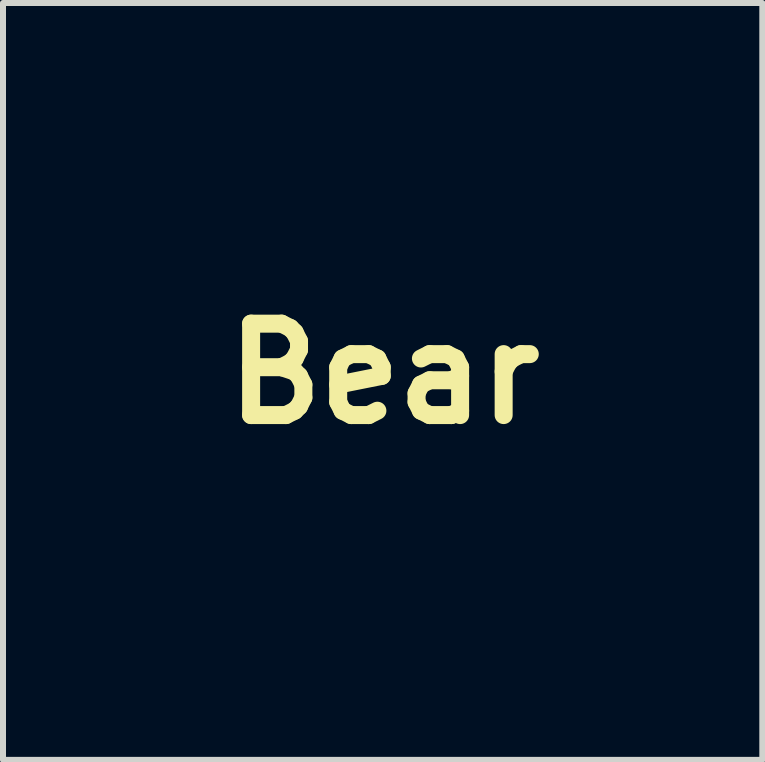
<source format=kicad_pcb>
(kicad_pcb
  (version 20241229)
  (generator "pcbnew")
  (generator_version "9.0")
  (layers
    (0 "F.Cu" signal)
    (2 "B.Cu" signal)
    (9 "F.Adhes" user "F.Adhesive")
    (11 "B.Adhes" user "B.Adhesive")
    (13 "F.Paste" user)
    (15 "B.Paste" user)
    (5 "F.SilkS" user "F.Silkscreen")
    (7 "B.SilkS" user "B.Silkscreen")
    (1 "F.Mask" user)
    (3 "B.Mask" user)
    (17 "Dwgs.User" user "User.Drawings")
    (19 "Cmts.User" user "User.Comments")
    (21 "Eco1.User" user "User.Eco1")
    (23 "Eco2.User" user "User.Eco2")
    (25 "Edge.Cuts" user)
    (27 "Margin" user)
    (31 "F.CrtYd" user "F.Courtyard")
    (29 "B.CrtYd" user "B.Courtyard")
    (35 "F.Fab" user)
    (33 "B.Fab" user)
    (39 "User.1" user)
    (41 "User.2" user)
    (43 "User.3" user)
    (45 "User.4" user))
  (footprint "Bear"
    (layer "F.Cu")
    (at 3.349 3.179)
    (property "Reference" "Bear" (at 0 0 0) (layer "F.SilkS") (effects (font (size 1.524 1.524) (thickness 0.3))))
    (attr through_hole)
    (fp_poly (pts (xy -2.794 -2.413) (xy -2.836 -2.371) (xy -2.879 -2.413) (xy -2.836 -2.455) (xy -2.794 -2.413)) (stroke (width 0.01) (type solid)) (fill yes) (layer "F.Mask"))
    (fp_poly (pts (xy -2.399 -2.512) (xy -2.389 -2.411) (xy -2.399 -2.399) (xy -2.449 -2.411) (xy -2.455 -2.455) (xy -2.424 -2.525) (xy -2.399 -2.512)) (stroke (width 0.01) (type solid)) (fill yes) (layer "F.Mask"))
    (fp_poly (pts (xy -3.146 -3.014) (xy -3.055 -2.929) (xy -3.074 -2.879) (xy -3.085 -2.879) (xy -3.157 -2.939) (xy -3.183 -2.976) (xy -3.193 -3.034) (xy -3.146 -3.014)) (stroke (width 0.01) (type solid)) (fill yes) (layer "F.Mask"))
    (fp_poly (pts (xy -3.061 -2.59) (xy -2.97 -2.505) (xy -2.989 -2.456) (xy -3.001 -2.455) (xy -3.072 -2.515) (xy -3.098 -2.553) (xy -3.108 -2.611) (xy -3.061 -2.59)) (stroke (width 0.01) (type solid)) (fill yes) (layer "F.Mask"))
    (fp_poly (pts (xy -2.782 -1.549) (xy -2.711 -1.484) (xy -2.636 -1.374) (xy -2.686 -1.375) (xy -2.792 -1.436) (xy -2.874 -1.525) (xy -2.867 -1.564) (xy -2.782 -1.549)) (stroke (width 0.01) (type solid)) (fill yes) (layer "F.Mask"))
    (fp_poly (pts (xy -3.221 -1.039) (xy -3.217 -1.016) (xy -3.246 -0.934) (xy -3.255 -0.931) (xy -3.327 -0.991) (xy -3.344 -1.016) (xy -3.338 -1.094) (xy -3.307 -1.101) (xy -3.221 -1.039)) (stroke (width 0.01) (type solid)) (fill yes) (layer "F.Mask"))
    (fp_poly (pts (xy -3.004 -2.767) (xy -2.942 -2.72) (xy -2.811 -2.597) (xy -2.811 -2.541) (xy -2.826 -2.54) (xy -2.897 -2.598) (xy -2.974 -2.688) (xy -3.047 -2.788) (xy -3.004 -2.767)) (stroke (width 0.01) (type solid)) (fill yes) (layer "F.Mask"))
    (fp_poly (pts (xy -2.541 -2.559) (xy -2.54 -2.54) (xy -2.605 -2.459) (xy -2.63 -2.455) (xy -2.68 -2.507) (xy -2.667 -2.54) (xy -2.591 -2.621) (xy -2.577 -2.625) (xy -2.541 -2.559)) (stroke (width 0.01) (type solid)) (fill yes) (layer "F.Mask"))
    (fp_poly (pts (xy 1.413 2.933) (xy 1.397 2.963) (xy 1.317 3.044) (xy 1.302 3.048) (xy 1.297 2.993) (xy 1.312 2.963) (xy 1.392 2.882) (xy 1.407 2.879) (xy 1.413 2.933)) (stroke (width 0.01) (type solid)) (fill yes) (layer "F.Mask"))
    (fp_poly (pts (xy -2.396 -1.458) (xy -2.41 -1.365) (xy -2.398 -1.207) (xy -2.326 -1.154) (xy -2.237 -1.146) (xy -2.241 -1.18) (xy -2.229 -1.288) (xy -2.203 -1.311) (xy -2.125 -1.322) (xy -2.129 -1.228) (xy -2.206 -1.068) (xy -2.286 -0.954) (xy -2.419 -0.673) (xy -2.45 -0.433) (xy -2.442 -0.247) (xy -2.418 -0.213) (xy -2.368 -0.317) (xy -2.368 -0.318) (xy -2.282 -0.464) (xy -2.216 -0.508) (xy -2.117 -0.56) (xy -1.936 -0.695) (xy -1.759 -0.844) (xy -1.378 -1.179) (xy -1.232 -0.856) (xy -1.117 -0.523) (xy -1.131 -0.283) (xy -1.283 -0.109) (xy -1.524 0.007) (xy -1.96 0.137) (xy -2.356 0.202) (xy -2.667 0.195) (xy -2.761 0.17) (xy -2.926 0.042) (xy -2.709 0.042) (xy -2.667 0.085) (xy -2.625 0.042) (xy -2.667 0) (xy -2.709 0.042) (xy -2.926 0.042) (xy -2.955 0.021) (xy -3.09 -0.254) (xy -3.103 -0.303) (xy -2.703 -0.303) (xy -2.687 -0.194) (xy -2.658 -0.192) (xy -2.638 -0.306) (xy -2.651 -0.355) (xy -2.689 -0.387) (xy -2.703 -0.303) (xy -3.103 -0.303) (xy -3.182 -0.6) (xy -3.184 -0.727) (xy -2.787 -0.727) (xy -2.772 -0.617) (xy -2.743 -0.616) (xy -2.723 -0.729) (xy -2.736 -0.778) (xy -2.774 -0.81) (xy -2.787 -0.727) (xy -3.184 -0.727) (xy -3.186 -0.851) (xy -3.153 -0.955) (xy -2.701 -0.955) (xy -2.616 -0.973) (xy -2.6 -0.979) (xy -2.496 -1.046) (xy -2.495 -1.084) (xy -2.585 -1.075) (xy -2.647 -1.027) (xy -2.701 -0.955) (xy -3.153 -0.955) (xy -3.146 -0.977) (xy -3.098 -1.143) (xy -3.164 -1.243) (xy -3.199 -1.265) (xy -3.286 -1.328) (xy -3.223 -1.35) (xy -3.149 -1.352) (xy -3.018 -1.326) (xy -3.002 -1.276) (xy -2.991 -1.167) (xy -2.965 -1.144) (xy -2.886 -1.154) (xy -2.879 -1.189) (xy -2.817 -1.249) (xy -2.744 -1.236) (xy -2.615 -1.253) (xy -2.565 -1.354) (xy -2.495 -1.492) (xy -2.44 -1.524) (xy -2.396 -1.458)) (stroke (width 0.01) (type solid)) (fill yes) (layer "F.Mask"))
    (fp_poly (pts (xy -1.508 -3.139) (xy -1.407 -3.1) (xy -1.202 -2.996) (xy -1.072 -2.899) (xy -1.064 -2.887) (xy -0.942 -2.801) (xy -0.905 -2.797) (xy -0.882 -2.831) (xy -0.953 -2.885) (xy -1.081 -3.002) (xy -1.078 -3.099) (xy -0.966 -3.133) (xy -0.837 -3.062) (xy -0.787 -2.963) (xy -0.701 -2.826) (xy -0.625 -2.794) (xy -0.526 -2.736) (xy -0.519 -2.614) (xy -0.601 -2.503) (xy -0.635 -2.486) (xy -0.758 -2.406) (xy -0.737 -2.342) (xy -0.598 -2.318) (xy -0.485 -2.33) (xy -0.228 -2.334) (xy -0.013 -2.213) (xy -0.007 -2.207) (xy 0.112 -2.079) (xy 0.085 -2.027) (xy 0.076 -2.026) (xy 0.084 -2.005) (xy 0.225 -1.955) (xy 0.423 -1.899) (xy 0.887 -1.749) (xy 1.372 -1.541) (xy 1.853 -1.293) (xy 2.305 -1.02) (xy 2.701 -0.74) (xy 3.017 -0.469) (xy 3.226 -0.225) (xy 3.302 -0.024) (xy 3.302 -0.022) (xy 3.263 0.162) (xy 3.171 0.21) (xy 3.066 0.109) (xy 3.047 0.069) (xy 2.999 -0.028) (xy 2.997 0.022) (xy 3.026 0.169) (xy 3.051 0.368) (xy 3.071 0.691) (xy 3.085 1.096) (xy 3.09 1.537) (xy 3.09 1.552) (xy 3.09 2.638) (xy 2.774 2.928) (xy 2.576 3.088) (xy 2.377 3.185) (xy 2.127 3.233) (xy 1.771 3.247) (xy 1.676 3.247) (xy 1.574 3.277) (xy 1.572 3.311) (xy 1.551 3.406) (xy 1.52 3.431) (xy 1.466 3.412) (xy 1.475 3.243) (xy 1.484 3.192) (xy 1.503 2.973) (xy 1.443 2.85) (xy 1.384 2.809) (xy 1.285 2.716) (xy 1.29 2.661) (xy 1.395 2.657) (xy 1.48 2.708) (xy 1.581 2.769) (xy 1.608 2.697) (xy 1.609 2.682) (xy 1.542 2.532) (xy 1.46 2.462) (xy 1.383 2.394) (xy 1.413 2.373) (xy 1.548 2.432) (xy 1.566 2.455) (xy 1.651 2.525) (xy 1.739 2.536) (xy 1.754 2.482) (xy 1.751 2.477) (xy 1.747 2.354) (xy 1.753 2.328) (xy 1.863 2.328) (xy 1.905 2.371) (xy 1.947 2.328) (xy 1.905 2.286) (xy 1.863 2.328) (xy 1.753 2.328) (xy 1.775 2.248) (xy 1.825 2.139) (xy 1.888 2.152) (xy 1.994 2.269) (xy 2.143 2.405) (xy 2.256 2.455) (xy 2.36 2.525) (xy 2.394 2.603) (xy 2.428 2.705) (xy 2.472 2.651) (xy 2.496 2.598) (xy 2.499 2.435) (xy 2.409 2.163) (xy 2.256 1.836) (xy 1.967 1.11) (xy 1.826 0.517) (xy 1.758 0.181) (xy 1.685 -0.094) (xy 1.619 -0.263) (xy 1.601 -0.287) (xy 1.536 -0.326) (xy 1.556 -0.231) (xy 1.563 -0.212) (xy 1.661 0.073) (xy 1.683 0.215) (xy 1.63 0.225) (xy 1.628 0.224) (xy 1.51 0.224) (xy 1.483 0.253) (xy 1.5 0.327) (xy 1.558 0.339) (xy 1.668 0.411) (xy 1.738 0.585) (xy 1.757 0.796) (xy 1.716 0.978) (xy 1.665 1.042) (xy 1.515 1.233) (xy 1.401 1.516) (xy 1.355 1.813) (xy 1.355 1.82) (xy 1.278 2.061) (xy 1.074 2.242) (xy 0.779 2.34) (xy 0.511 2.345) (xy 0.277 2.302) (xy 0.128 2.243) (xy 0.104 2.217) (xy 0.005 2.173) (xy -0.19 2.207) (xy -0.413 2.25) (xy -0.504 2.219) (xy -0.451 2.118) (xy -0.426 2.094) (xy -0.35 2.034) (xy -0.378 2.101) (xy -0.382 2.109) (xy -0.404 2.187) (xy -0.352 2.167) (xy -0.262 2.083) (xy -0.269 2.074) (xy 0.762 2.074) (xy 0.804 2.117) (xy 0.847 2.074) (xy 0.804 2.032) (xy 0.762 2.074) (xy -0.269 2.074) (xy -0.32 2.009) (xy -0.363 1.99) (xy 0.593 1.99) (xy 0.635 2.032) (xy 0.677 1.99) (xy 0.635 1.947) (xy 0.593 1.99) (xy -0.363 1.99) (xy -0.445 1.953) (xy -0.57 1.898) (xy -0.556 1.854) (xy -0.486 1.824) (xy 0.205 1.824) (xy 0.212 1.864) (xy 0.303 1.934) (xy 0.4 1.946) (xy 0.423 1.914) (xy 0.357 1.86) (xy 0.292 1.83) (xy 0.205 1.824) (xy -0.486 1.824) (xy -0.443 1.806) (xy 0.79 1.806) (xy 0.802 1.857) (xy 0.847 1.863) (xy 0.916 1.832) (xy 0.903 1.806) (xy 0.803 1.796) (xy 0.79 1.806) (xy -0.443 1.806) (xy -0.402 1.789) (xy -0.236 1.708) (xy -0.177 1.651) (xy 0.085 1.651) (xy 0.127 1.693) (xy 0.169 1.651) (xy 0.127 1.609) (xy 0.085 1.651) (xy -0.177 1.651) (xy -0.169 1.644) (xy -0.233 1.624) (xy -0.308 1.644) (xy -0.399 1.663) (xy -0.354 1.585) (xy -0.351 1.582) (xy -0.296 1.457) (xy -0.311 1.41) (xy -0.292 1.364) (xy -0.221 1.355) (xy -0.123 1.392) (xy -0.127 1.439) (xy -0.123 1.517) (xy -0.094 1.524) (xy 0.015 1.459) (xy 0.069 1.386) (xy 0.153 1.303) (xy 0.205 1.344) (xy 0.224 1.43) (xy 0.204 1.439) (xy 0.216 1.486) (xy 0.328 1.599) (xy 0.339 1.609) (xy 0.5 1.729) (xy 0.61 1.778) (xy 0.636 1.702) (xy 0.642 1.509) (xy 0.632 1.25) (xy 0.608 0.973) (xy 0.574 0.731) (xy 0.546 0.612) (xy 0.577 0.466) (xy 0.714 0.311) (xy 0.902 0.197) (xy 1.037 0.168) (xy 1.244 0.135) (xy 1.344 0.093) (xy 1.332 0.048) (xy 1.159 0.004) (xy 0.832 -0.036) (xy 0.777 -0.041) (xy 0.418 -0.081) (xy 0.198 -0.127) (xy 0.087 -0.189) (xy 0.06 -0.241) (xy 0.016 -0.218) (xy -0.08 -0.075) (xy -0.21 0.153) (xy -0.358 0.432) (xy -0.504 0.726) (xy -0.632 1.002) (xy -0.724 1.224) (xy -0.762 1.358) (xy -0.762 1.363) (xy -0.832 1.449) (xy -0.979 1.526) (xy -1.363 1.606) (xy -1.697 1.548) (xy -1.896 1.414) (xy -2.061 1.289) (xy -2.195 1.254) (xy -2.2 1.255) (xy -2.267 1.242) (xy -2.25 1.196) (xy -2.25 1.111) (xy -2.286 1.101) (xy -2.34 1.049) (xy -2.326 1.012) (xy -2.23 0.975) (xy -2.149 1.024) (xy -2.02 1.08) (xy -1.967 1.063) (xy -1.977 0.975) (xy -2.066 0.885) (xy -2.166 0.798) (xy -2.137 0.74) (xy -1.988 0.677) (xy -1.783 0.629) (xy -1.658 0.687) (xy -1.612 0.752) (xy -1.672 0.727) (xy -1.765 0.72) (xy -1.778 0.754) (xy -1.84 0.805) (xy -1.905 0.793) (xy -2.015 0.772) (xy -2.032 0.786) (xy -1.968 0.866) (xy -1.821 0.871) (xy -1.66 0.805) (xy -1.613 0.767) (xy -1.49 0.664) (xy -1.425 0.687) (xy -1.405 0.731) (xy -1.4 0.814) (xy -1.432 0.809) (xy -1.457 0.837) (xy -1.411 0.969) (xy -1.355 1.069) (xy -1.31 1.074) (xy -1.257 0.964) (xy -1.18 0.717) (xy -1.16 0.651) (xy -1.051 0.065) (xy -1.057 -0.507) (xy -1.084 -0.624) (xy -0.085 -0.624) (xy -0.037 -0.489) (xy -0.028 -0.48) (xy 0.062 -0.46) (xy 0.072 -0.467) (xy 0.06 -0.554) (xy 0.016 -0.611) (xy -0.07 -0.659) (xy -0.085 -0.624) (xy -1.084 -0.624) (xy -1.176 -1.014) (xy -1.226 -1.132) (xy -1.461 -1.463) (xy -1.798 -1.751) (xy -2.178 -1.948) (xy -2.375 -2) (xy -2.58 -2.049) (xy -2.654 -2.124) (xy -2.645 -2.218) (xy -2.59 -2.319) (xy -2.543 -2.29) (xy -2.426 -2.238) (xy -2.329 -2.255) (xy -2.221 -2.273) (xy -2.232 -2.221) (xy -2.217 -2.149) (xy -2.118 -2.14) (xy -1.977 -2.191) (xy -1.976 -2.297) (xy -2.104 -2.439) (xy -2.351 -2.596) (xy -2.373 -2.607) (xy -2.599 -2.746) (xy -2.651 -2.831) (xy -1.778 -2.831) (xy -1.709 -2.729) (xy -1.63 -2.711) (xy -1.532 -2.725) (xy -1.592 -2.783) (xy -1.609 -2.794) (xy -1.682 -2.861) (xy -1.625 -2.877) (xy -1.555 -2.926) (xy -1.567 -2.965) (xy -1.661 -3.014) (xy -1.751 -2.942) (xy -1.778 -2.831) (xy -2.651 -2.831) (xy -2.677 -2.873) (xy -2.623 -3.025) (xy -2.589 -3.072) (xy -2.483 -3.17) (xy -2.348 -3.16) (xy -2.247 -3.119) (xy -2.04 -3.058) (xy -1.872 -3.108) (xy -1.856 -3.117) (xy -1.7 -3.174) (xy -1.508 -3.139)) (stroke (width 0.01) (type solid)) (fill yes) (layer "F.Mask")))
  (gr_rect
    (start -3 -3)
    (end 9.656 9.615)
    (stroke (width 0.1) (type default))
    (fill no)
    (layer "Edge.Cuts")))
</source>
